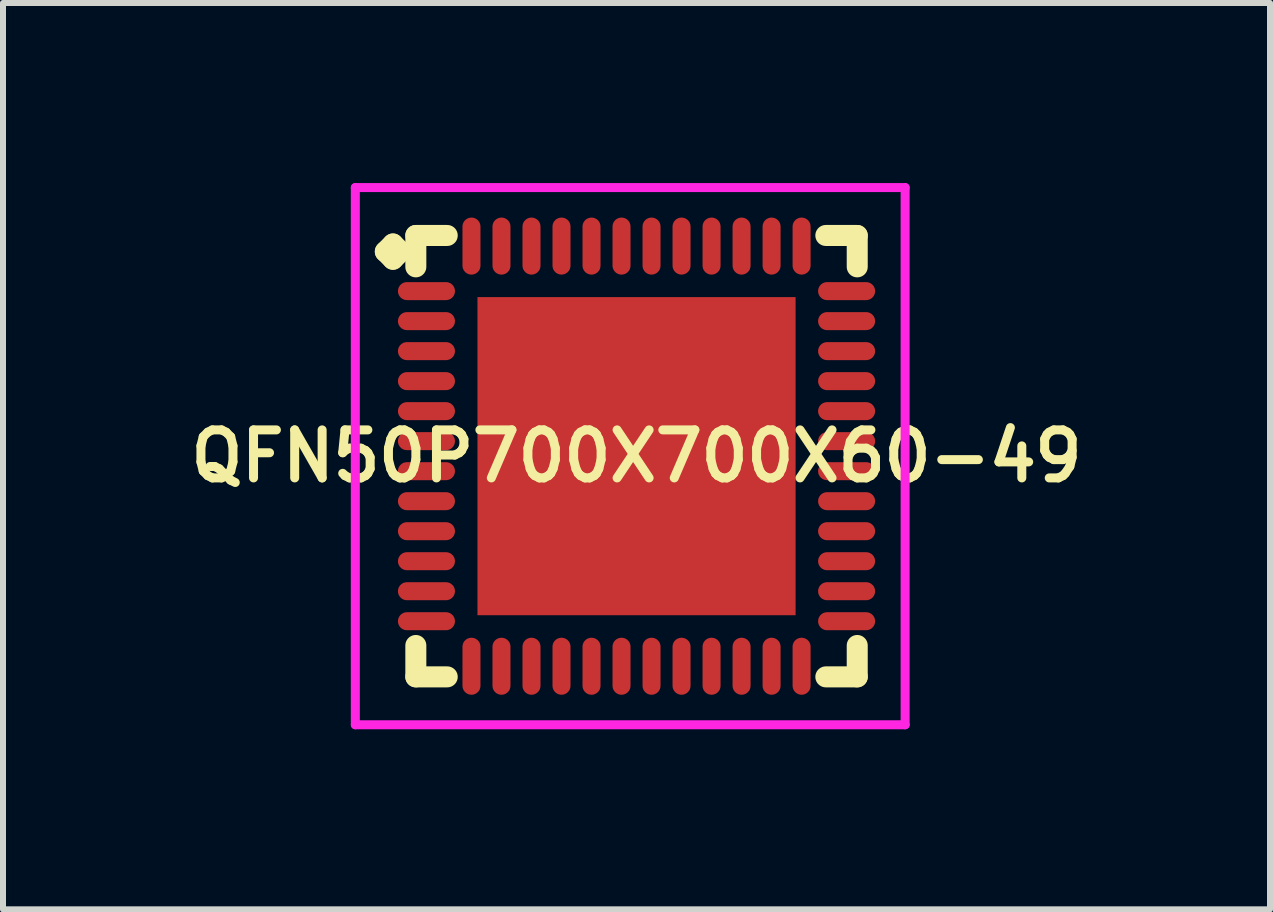
<source format=kicad_pcb>
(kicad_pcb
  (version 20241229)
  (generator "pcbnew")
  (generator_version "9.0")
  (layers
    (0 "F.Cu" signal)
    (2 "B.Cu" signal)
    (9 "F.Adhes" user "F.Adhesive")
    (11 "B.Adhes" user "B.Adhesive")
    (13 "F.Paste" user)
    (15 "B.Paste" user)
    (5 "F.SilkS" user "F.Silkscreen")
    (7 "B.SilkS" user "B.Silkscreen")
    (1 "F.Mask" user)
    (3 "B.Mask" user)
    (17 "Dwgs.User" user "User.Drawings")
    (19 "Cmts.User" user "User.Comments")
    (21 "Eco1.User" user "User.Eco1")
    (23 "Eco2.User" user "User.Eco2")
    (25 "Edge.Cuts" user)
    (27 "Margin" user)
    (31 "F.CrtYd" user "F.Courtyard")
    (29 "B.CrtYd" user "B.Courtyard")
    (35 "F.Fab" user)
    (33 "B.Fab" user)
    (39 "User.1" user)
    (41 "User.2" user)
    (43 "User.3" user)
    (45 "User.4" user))
  (footprint "QFN50P700X700X60-49"
    (layer "F.Cu")
    (at 7.555 4.55)
    (property "Reference" "QFN50P700X700X60-49" (at 0 0 0) (layer "F.SilkS") (effects (font (size 0.8 0.8) (thickness 0.15))))
    (attr smd)
    (fp_line (start -4.185 -3.408) (end -4.058 -3.535) (stroke (width 0.35) (type solid)) (layer "F.SilkS"))
    (fp_line (start -4.058 -3.535) (end -3.931 -3.408) (stroke (width 0.35) (type solid)) (layer "F.SilkS"))
    (fp_line (start -4.058 -3.281) (end -4.185 -3.408) (stroke (width 0.35) (type solid)) (layer "F.SilkS"))
    (fp_line (start -3.931 -3.408) (end -4.058 -3.281) (stroke (width 0.35) (type solid)) (layer "F.SilkS"))
    (fp_line (start -3.677 -3.677) (end -3.154 -3.677) (stroke (width 0.35) (type solid)) (layer "F.SilkS"))
    (fp_line (start -3.677 -3.154) (end -3.677 -3.677) (stroke (width 0.35) (type solid)) (layer "F.SilkS"))
    (fp_line (start -3.677 3.154) (end -3.677 3.677) (stroke (width 0.35) (type solid)) (layer "F.SilkS"))
    (fp_line (start -3.677 3.677) (end -3.154 3.677) (stroke (width 0.35) (type solid)) (layer "F.SilkS"))
    (fp_line (start 3.154 -3.677) (end 3.677 -3.677) (stroke (width 0.35) (type solid)) (layer "F.SilkS"))
    (fp_line (start 3.154 3.677) (end 3.677 3.677) (stroke (width 0.35) (type solid)) (layer "F.SilkS"))
    (fp_line (start 3.677 -3.677) (end 3.677 -3.154) (stroke (width 0.35) (type solid)) (layer "F.SilkS"))
    (fp_line (start 3.677 3.677) (end 3.677 3.154) (stroke (width 0.35) (type solid)) (layer "F.SilkS"))
    (fp_line (start -4.685 -4.475) (end 4.475 -4.475) (stroke (width 0.15) (type solid)) (layer "F.CrtYd"))
    (fp_line (start -4.685 4.475) (end -4.685 -4.475) (stroke (width 0.15) (type solid)) (layer "F.CrtYd"))
    (fp_line (start 4.475 -4.475) (end 4.475 4.475) (stroke (width 0.15) (type solid)) (layer "F.CrtYd"))
    (fp_line (start 4.475 4.475) (end -4.685 4.475) (stroke (width 0.15) (type solid)) (layer "F.CrtYd"))
    (pad "1" smd oval (at -3.5 -2.75) (size 0.95 0.3) (layers "F.Cu" "F.Mask" "F.Paste"))
    (pad "2" smd oval (at -3.5 -2.25) (size 0.95 0.3) (layers "F.Cu" "F.Mask" "F.Paste"))
    (pad "3" smd oval (at -3.5 -1.75) (size 0.95 0.3) (layers "F.Cu" "F.Mask" "F.Paste"))
    (pad "4" smd oval (at -3.5 -1.25) (size 0.95 0.3) (layers "F.Cu" "F.Mask" "F.Paste"))
    (pad "5" smd oval (at -3.5 -0.75) (size 0.95 0.3) (layers "F.Cu" "F.Mask" "F.Paste"))
    (pad "6" smd oval (at -3.5 -0.25) (size 0.95 0.3) (layers "F.Cu" "F.Mask" "F.Paste"))
    (pad "7" smd oval (at -3.5 0.25) (size 0.95 0.3) (layers "F.Cu" "F.Mask" "F.Paste"))
    (pad "8" smd oval (at -3.5 0.75) (size 0.95 0.3) (layers "F.Cu" "F.Mask" "F.Paste"))
    (pad "9" smd oval (at -3.5 1.25) (size 0.95 0.3) (layers "F.Cu" "F.Mask" "F.Paste"))
    (pad "10" smd oval (at -3.5 1.75) (size 0.95 0.3) (layers "F.Cu" "F.Mask" "F.Paste"))
    (pad "11" smd oval (at -3.5 2.25) (size 0.95 0.3) (layers "F.Cu" "F.Mask" "F.Paste"))
    (pad "12" smd oval (at -3.5 2.75) (size 0.95 0.3) (layers "F.Cu" "F.Mask" "F.Paste"))
    (pad "13" smd oval (at -2.75 3.5) (size 0.3 0.95) (layers "F.Cu" "F.Mask" "F.Paste"))
    (pad "14" smd oval (at -2.25 3.5) (size 0.3 0.95) (layers "F.Cu" "F.Mask" "F.Paste"))
    (pad "15" smd oval (at -1.75 3.5) (size 0.3 0.95) (layers "F.Cu" "F.Mask" "F.Paste"))
    (pad "16" smd oval (at -1.25 3.5) (size 0.3 0.95) (layers "F.Cu" "F.Mask" "F.Paste"))
    (pad "17" smd oval (at -0.75 3.5) (size 0.3 0.95) (layers "F.Cu" "F.Mask" "F.Paste"))
    (pad "18" smd oval (at -0.25 3.5) (size 0.3 0.95) (layers "F.Cu" "F.Mask" "F.Paste"))
    (pad "19" smd oval (at 0.25 3.5) (size 0.3 0.95) (layers "F.Cu" "F.Mask" "F.Paste"))
    (pad "20" smd oval (at 0.75 3.5) (size 0.3 0.95) (layers "F.Cu" "F.Mask" "F.Paste"))
    (pad "21" smd oval (at 1.25 3.5) (size 0.3 0.95) (layers "F.Cu" "F.Mask" "F.Paste"))
    (pad "22" smd oval (at 1.75 3.5) (size 0.3 0.95) (layers "F.Cu" "F.Mask" "F.Paste"))
    (pad "23" smd oval (at 2.25 3.5) (size 0.3 0.95) (layers "F.Cu" "F.Mask" "F.Paste"))
    (pad "24" smd oval (at 2.75 3.5) (size 0.3 0.95) (layers "F.Cu" "F.Mask" "F.Paste"))
    (pad "25" smd oval (at 3.5 2.75) (size 0.95 0.3) (layers "F.Cu" "F.Mask" "F.Paste"))
    (pad "26" smd oval (at 3.5 2.25) (size 0.95 0.3) (layers "F.Cu" "F.Mask" "F.Paste"))
    (pad "27" smd oval (at 3.5 1.75) (size 0.95 0.3) (layers "F.Cu" "F.Mask" "F.Paste"))
    (pad "28" smd oval (at 3.5 1.25) (size 0.95 0.3) (layers "F.Cu" "F.Mask" "F.Paste"))
    (pad "29" smd oval (at 3.5 0.75) (size 0.95 0.3) (layers "F.Cu" "F.Mask" "F.Paste"))
    (pad "30" smd oval (at 3.5 0.25) (size 0.95 0.3) (layers "F.Cu" "F.Mask" "F.Paste"))
    (pad "31" smd oval (at 3.5 -0.25) (size 0.95 0.3) (layers "F.Cu" "F.Mask" "F.Paste"))
    (pad "32" smd oval (at 3.5 -0.75) (size 0.95 0.3) (layers "F.Cu" "F.Mask" "F.Paste"))
    (pad "33" smd oval (at 3.5 -1.25) (size 0.95 0.3) (layers "F.Cu" "F.Mask" "F.Paste"))
    (pad "34" smd oval (at 3.5 -1.75) (size 0.95 0.3) (layers "F.Cu" "F.Mask" "F.Paste"))
    (pad "35" smd oval (at 3.5 -2.25) (size 0.95 0.3) (layers "F.Cu" "F.Mask" "F.Paste"))
    (pad "36" smd oval (at 3.5 -2.75) (size 0.95 0.3) (layers "F.Cu" "F.Mask" "F.Paste"))
    (pad "37" smd oval (at 2.75 -3.5) (size 0.3 0.95) (layers "F.Cu" "F.Mask" "F.Paste"))
    (pad "38" smd oval (at 2.25 -3.5) (size 0.3 0.95) (layers "F.Cu" "F.Mask" "F.Paste"))
    (pad "39" smd oval (at 1.75 -3.5) (size 0.3 0.95) (layers "F.Cu" "F.Mask" "F.Paste"))
    (pad "40" smd oval (at 1.25 -3.5) (size 0.3 0.95) (layers "F.Cu" "F.Mask" "F.Paste"))
    (pad "41" smd oval (at 0.75 -3.5) (size 0.3 0.95) (layers "F.Cu" "F.Mask" "F.Paste"))
    (pad "42" smd oval (at 0.25 -3.5) (size 0.3 0.95) (layers "F.Cu" "F.Mask" "F.Paste"))
    (pad "43" smd oval (at -0.25 -3.5) (size 0.3 0.95) (layers "F.Cu" "F.Mask" "F.Paste"))
    (pad "44" smd oval (at -0.75 -3.5) (size 0.3 0.95) (layers "F.Cu" "F.Mask" "F.Paste"))
    (pad "45" smd oval (at -1.25 -3.5) (size 0.3 0.95) (layers "F.Cu" "F.Mask" "F.Paste"))
    (pad "46" smd oval (at -1.75 -3.5) (size 0.3 0.95) (layers "F.Cu" "F.Mask" "F.Paste"))
    (pad "47" smd oval (at -2.25 -3.5) (size 0.3 0.95) (layers "F.Cu" "F.Mask" "F.Paste"))
    (pad "48" smd oval (at -2.75 -3.5) (size 0.3 0.95) (layers "F.Cu" "F.Mask" "F.Paste"))
    (pad "49" smd rect (at 0 0) (size 5.3 5.3) (layers "F.Cu" "F.Mask" "F.Paste")))
  (gr_rect
    (start -3 -3)
    (end 18.109 12.1)
    (stroke (width 0.1) (type default))
    (fill no)
    (layer "Edge.Cuts")))
</source>
